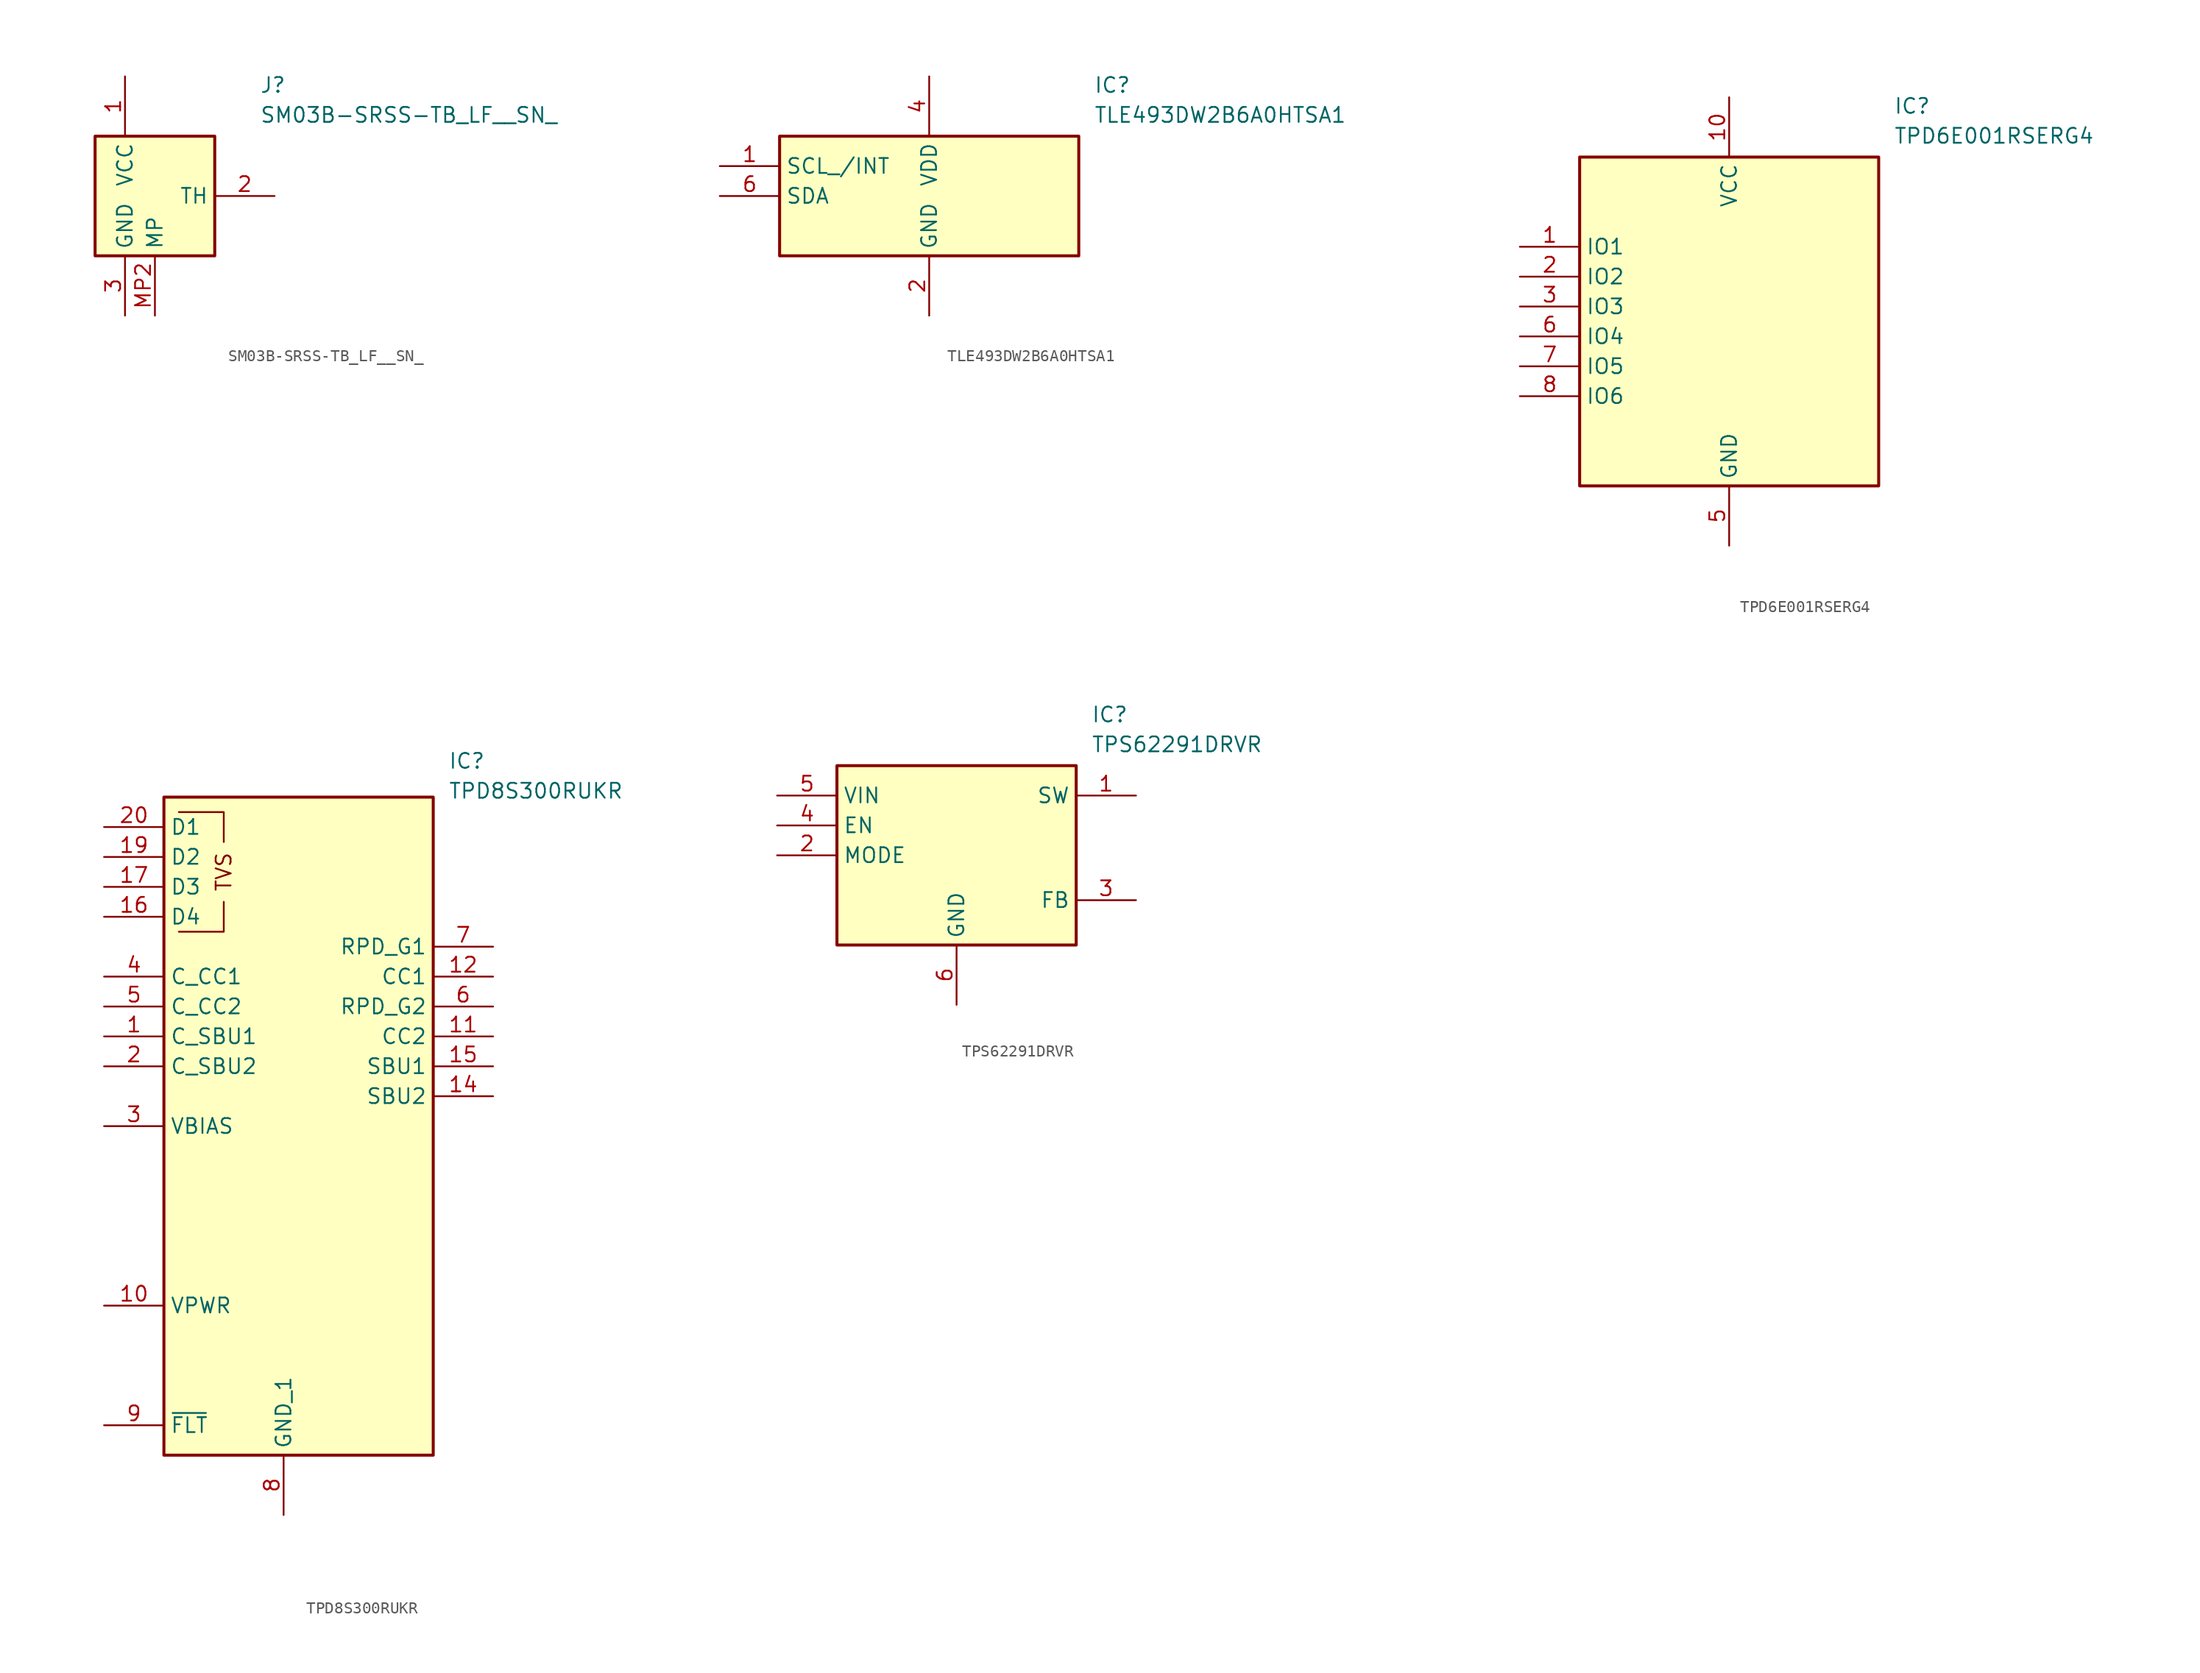
<source format=kicad_sym>
(kicad_symbol_lib
  (version 20220914)
  (generator kicad_symbol_editor)
  (symbol "SM03B-SRSS-TB_LF__SN_"
    (property "Reference" "J"
      (at 19.05 7.62 0)
      (effects (font (size 1.27 1.27)) (justify left top)))
    (property "Value" "SM03B-SRSS-TB_LF__SN_"
      (at 19.05 5.08 0)
      (effects (font (size 1.27 1.27)) (justify left top)))
    (symbol "SM03B-SRSS-TB_LF__SN__1_1"
      (rectangle (start 5.08 2.54) (end 15.24 -7.62) (stroke (width 0.254) (type default)) (fill (type background)))
      (pin passive line (at 7.62 7.62 270) (length 5.08) (name "VCC" (effects (font (size 1.27 1.27)))) (number "1" (effects (font (size 1.27 1.27)))))
      (pin passive line (at 20.32 -2.54 180) (length 5.08) (name "TH" (effects (font (size 1.27 1.27)))) (number "2" (effects (font (size 1.27 1.27)))))
      (pin passive line (at 7.62 -12.7 90) (length 5.08) (name "GND" (effects (font (size 1.27 1.27)))) (number "3" (effects (font (size 1.27 1.27)))))
      (pin passive line (at 10.16 -12.7 90) (length 5.08) hide (name "MP" (effects (font (size 1.27 1.27)))) (number "MP1" (effects (font (size 1.27 1.27)))))
      (pin passive line (at 10.16 -12.7 90) (length 5.08) (name "MP" (effects (font (size 1.27 1.27)))) (number "MP2" (effects (font (size 1.27 1.27)))))))
  (symbol "TLE493DW2B6A0HTSA1"
    (property "Reference" "IC"
      (at 31.75 7.62 0)
      (effects (font (size 1.27 1.27)) (justify left top)))
    (property "Value" "TLE493DW2B6A0HTSA1"
      (at 31.75 5.08 0)
      (effects (font (size 1.27 1.27)) (justify left top)))
    (symbol "TLE493DW2B6A0HTSA1_1_1"
      (rectangle (start 5.08 2.54) (end 30.48 -7.62) (stroke (width 0.254) (type default)) (fill (type background)))
      (pin passive line (at 0 0 0) (length 5.08) (name "SCL_/INT" (effects (font (size 1.27 1.27)))) (number "1" (effects (font (size 1.27 1.27)))))
      (pin passive line (at 17.78 -12.7 90) (length 5.08) (name "GND" (effects (font (size 1.27 1.27)))) (number "2" (effects (font (size 1.27 1.27)))))
      (pin passive line (at 17.78 -12.7 90) (length 5.08) hide (name "GND_2" (effects (font (size 1.27 1.27)))) (number "3" (effects (font (size 1.27 1.27)))))
      (pin passive line (at 17.78 7.62 270) (length 5.08) (name "VDD" (effects (font (size 1.27 1.27)))) (number "4" (effects (font (size 1.27 1.27)))))
      (pin passive line (at 17.78 -12.7 90) (length 5.08) hide (name "GND_3" (effects (font (size 1.27 1.27)))) (number "5" (effects (font (size 1.27 1.27)))))
      (pin passive line (at 0 -2.54 0) (length 5.08) (name "SDA" (effects (font (size 1.27 1.27)))) (number "6" (effects (font (size 1.27 1.27)))))))
  (symbol "TPD6E001RSERG4"
    (property "Reference" "IC"
      (at 31.75 15.24 0)
      (effects (font (size 1.27 1.27)) (justify left top)))
    (property "Value" "TPD6E001RSERG4"
      (at 31.75 12.7 0)
      (effects (font (size 1.27 1.27)) (justify left top)))
    (symbol "TPD6E001RSERG4_1_1"
      (rectangle (start 5.08 10.16) (end 30.48 -17.78) (stroke (width 0.254) (type default)) (fill (type background)))
      (pin passive line (at 0 2.54 0) (length 5.08) (name "IO1" (effects (font (size 1.27 1.27)))) (number "1" (effects (font (size 1.27 1.27)))))
      (pin passive line (at 17.78 15.24 270) (length 5.08) (name "VCC" (effects (font (size 1.27 1.27)))) (number "10" (effects (font (size 1.27 1.27)))))
      (pin passive line (at 0 0 0) (length 5.08) (name "IO2" (effects (font (size 1.27 1.27)))) (number "2" (effects (font (size 1.27 1.27)))))
      (pin passive line (at 0 -2.54 0) (length 5.08) (name "IO3" (effects (font (size 1.27 1.27)))) (number "3" (effects (font (size 1.27 1.27)))))
      (pin no_connect line (at 24.13 -22.86 90) (length 5.08) hide (name "N.C._1" (effects (font (size 1.27 1.27)))) (number "4" (effects (font (size 1.27 1.27)))))
      (pin passive line (at 17.78 -22.86 90) (length 5.08) (name "GND" (effects (font (size 1.27 1.27)))) (number "5" (effects (font (size 1.27 1.27)))))
      (pin passive line (at 0 -5.08 0) (length 5.08) (name "IO4" (effects (font (size 1.27 1.27)))) (number "6" (effects (font (size 1.27 1.27)))))
      (pin passive line (at 0 -7.62 0) (length 5.08) (name "IO5" (effects (font (size 1.27 1.27)))) (number "7" (effects (font (size 1.27 1.27)))))
      (pin passive line (at 0 -10.16 0) (length 5.08) (name "IO6" (effects (font (size 1.27 1.27)))) (number "8" (effects (font (size 1.27 1.27)))))
      (pin no_connect line (at 24.13 -22.86 90) (length 5.08) hide (name "N.C._2" (effects (font (size 1.27 1.27)))) (number "9" (effects (font (size 1.27 1.27)))))))
  (symbol "TPD8S300RUKR"
    (property "Reference" "IC"
      (at 29.21 26.67 0)
      (effects (font (size 1.27 1.27)) (justify left top)))
    (property "Value" "TPD8S300RUKR"
      (at 29.21 24.13 0)
      (effects (font (size 1.27 1.27)) (justify left top)))
    (symbol "TPD8S300RUKR_1_1"
      (polyline (pts (xy 10.16 13.97) (xy 10.16 11.43) (xy 6.35 11.43)) (stroke (width 0) (type default)) (fill (type none)))
      (polyline (pts (xy 10.16 19.05) (xy 10.16 21.59) (xy 6.35 21.59)) (stroke (width 0) (type default)) (fill (type none)))
      (rectangle (start 5.08 22.86) (end 27.94 -33.02) (stroke (width 0.254) (type default)) (fill (type background)))
      (text "TVS" (at 10.16 16.51 900) (effects (font (size 1.27 1.27))))
      (pin passive line (at 0 2.54 0) (length 5.08) (name "C_SBU1" (effects (font (size 1.27 1.27)))) (number "1" (effects (font (size 1.27 1.27)))))
      (pin passive line (at 0 -20.32 0) (length 5.08) (name "VPWR" (effects (font (size 1.27 1.27)))) (number "10" (effects (font (size 1.27 1.27)))))
      (pin passive line (at 33.02 2.54 180) (length 5.08) (name "CC2" (effects (font (size 1.27 1.27)))) (number "11" (effects (font (size 1.27 1.27)))))
      (pin passive line (at 33.02 7.62 180) (length 5.08) (name "CC1" (effects (font (size 1.27 1.27)))) (number "12" (effects (font (size 1.27 1.27)))))
      (pin passive line (at 15.24 -38.1 90) (length 5.08) hide (name "GND_2" (effects (font (size 1.27 1.27)))) (number "13" (effects (font (size 1.27 1.27)))))
      (pin passive line (at 33.02 -2.54 180) (length 5.08) (name "SBU2" (effects (font (size 1.27 1.27)))) (number "14" (effects (font (size 1.27 1.27)))))
      (pin passive line (at 33.02 0 180) (length 5.08) (name "SBU1" (effects (font (size 1.27 1.27)))) (number "15" (effects (font (size 1.27 1.27)))))
      (pin passive line (at 0 12.7 0) (length 5.08) (name "D4" (effects (font (size 1.27 1.27)))) (number "16" (effects (font (size 1.27 1.27)))))
      (pin passive line (at 0 15.24 0) (length 5.08) (name "D3" (effects (font (size 1.27 1.27)))) (number "17" (effects (font (size 1.27 1.27)))))
      (pin passive line (at 15.24 -38.1 90) (length 5.08) hide (name "GND_3" (effects (font (size 1.27 1.27)))) (number "18" (effects (font (size 1.27 1.27)))))
      (pin passive line (at 0 17.78 0) (length 5.08) (name "D2" (effects (font (size 1.27 1.27)))) (number "19" (effects (font (size 1.27 1.27)))))
      (pin passive line (at 0 0 0) (length 5.08) (name "C_SBU2" (effects (font (size 1.27 1.27)))) (number "2" (effects (font (size 1.27 1.27)))))
      (pin passive line (at 0 20.32 0) (length 5.08) (name "D1" (effects (font (size 1.27 1.27)))) (number "20" (effects (font (size 1.27 1.27)))))
      (pin passive line (at 15.24 -38.1 90) (length 5.08) hide (name "GND_4" (effects (font (size 1.27 1.27)))) (number "21" (effects (font (size 1.27 1.27)))))
      (pin passive line (at 0 -5.08 0) (length 5.08) (name "VBIAS" (effects (font (size 1.27 1.27)))) (number "3" (effects (font (size 1.27 1.27)))))
      (pin passive line (at 0 7.62 0) (length 5.08) (name "C_CC1" (effects (font (size 1.27 1.27)))) (number "4" (effects (font (size 1.27 1.27)))))
      (pin passive line (at 0 5.08 0) (length 5.08) (name "C_CC2" (effects (font (size 1.27 1.27)))) (number "5" (effects (font (size 1.27 1.27)))))
      (pin passive line (at 33.02 5.08 180) (length 5.08) (name "RPD_G2" (effects (font (size 1.27 1.27)))) (number "6" (effects (font (size 1.27 1.27)))))
      (pin passive line (at 33.02 10.16 180) (length 5.08) (name "RPD_G1" (effects (font (size 1.27 1.27)))) (number "7" (effects (font (size 1.27 1.27)))))
      (pin passive line (at 15.24 -38.1 90) (length 5.08) (name "GND_1" (effects (font (size 1.27 1.27)))) (number "8" (effects (font (size 1.27 1.27)))))
      (pin passive line (at 0 -30.48 0) (length 5.08) (name "~{FLT}" (effects (font (size 1.27 1.27)))) (number "9" (effects (font (size 1.27 1.27)))))))
  (symbol "TPS62291DRVR"
    (property "Reference" "IC"
      (at 26.67 7.62 0)
      (effects (font (size 1.27 1.27)) (justify left top)))
    (property "Value" "TPS62291DRVR"
      (at 26.67 5.08 0)
      (effects (font (size 1.27 1.27)) (justify left top)))
    (symbol "TPS62291DRVR_1_1"
      (rectangle (start 5.08 2.54) (end 25.4 -12.7) (stroke (width 0.254) (type default)) (fill (type background)))
      (pin output line (at 30.48 0 180) (length 5.08) (name "SW" (effects (font (size 1.27 1.27)))) (number "1" (effects (font (size 1.27 1.27)))))
      (pin input line (at 0 -5.08 0) (length 5.08) (name "MODE" (effects (font (size 1.27 1.27)))) (number "2" (effects (font (size 1.27 1.27)))))
      (pin input line (at 30.48 -8.89 180) (length 5.08) (name "FB" (effects (font (size 1.27 1.27)))) (number "3" (effects (font (size 1.27 1.27)))))
      (pin input line (at 0 -2.54 0) (length 5.08) (name "EN" (effects (font (size 1.27 1.27)))) (number "4" (effects (font (size 1.27 1.27)))))
      (pin input line (at 0 0 0) (length 5.08) (name "VIN" (effects (font (size 1.27 1.27)))) (number "5" (effects (font (size 1.27 1.27)))))
      (pin power_in line (at 15.24 -17.78 90) (length 5.08) (name "GND" (effects (font (size 1.27 1.27)))) (number "6" (effects (font (size 1.27 1.27)))))
      (pin power_in line (at 15.24 -17.78 90) (length 5.08) hide (name "EP" (effects (font (size 1.27 1.27)))) (number "7" (effects (font (size 1.27 1.27))))))))
</source>
